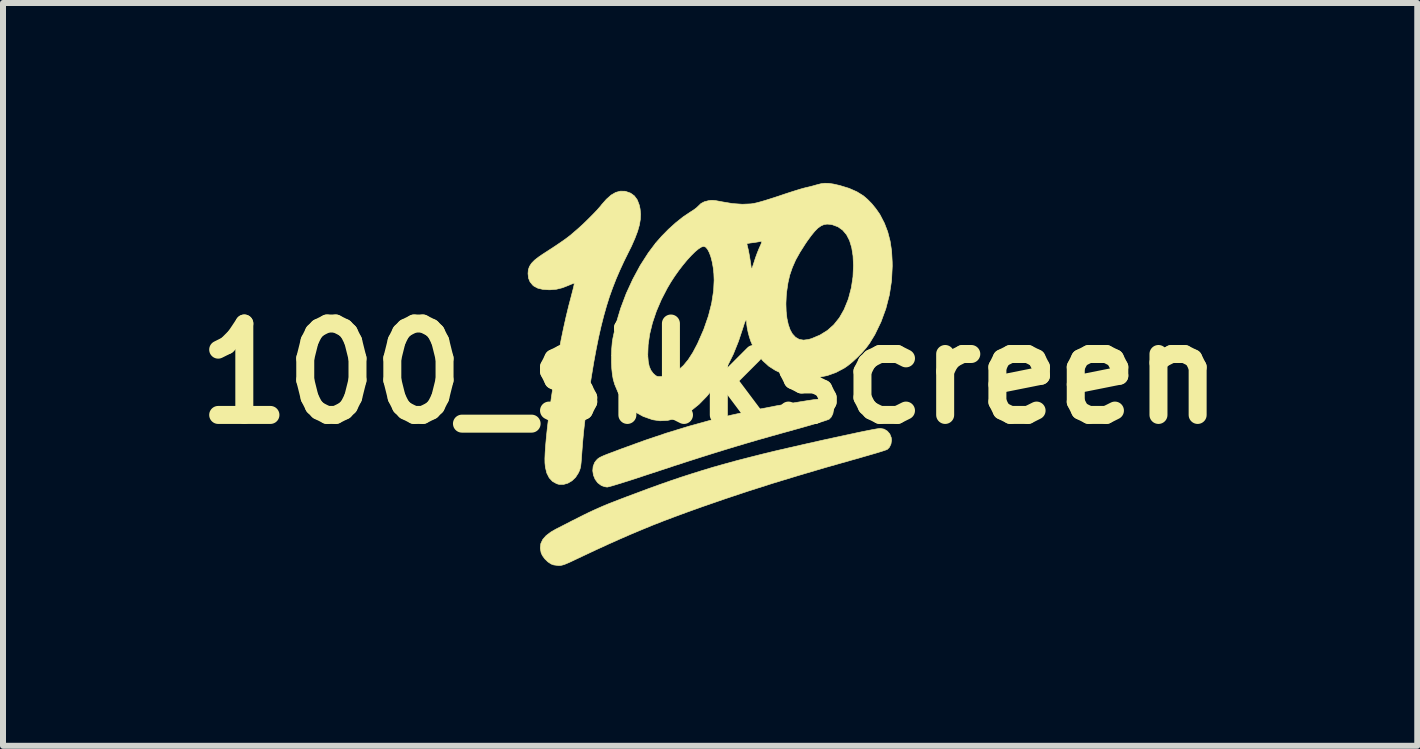
<source format=kicad_pcb>
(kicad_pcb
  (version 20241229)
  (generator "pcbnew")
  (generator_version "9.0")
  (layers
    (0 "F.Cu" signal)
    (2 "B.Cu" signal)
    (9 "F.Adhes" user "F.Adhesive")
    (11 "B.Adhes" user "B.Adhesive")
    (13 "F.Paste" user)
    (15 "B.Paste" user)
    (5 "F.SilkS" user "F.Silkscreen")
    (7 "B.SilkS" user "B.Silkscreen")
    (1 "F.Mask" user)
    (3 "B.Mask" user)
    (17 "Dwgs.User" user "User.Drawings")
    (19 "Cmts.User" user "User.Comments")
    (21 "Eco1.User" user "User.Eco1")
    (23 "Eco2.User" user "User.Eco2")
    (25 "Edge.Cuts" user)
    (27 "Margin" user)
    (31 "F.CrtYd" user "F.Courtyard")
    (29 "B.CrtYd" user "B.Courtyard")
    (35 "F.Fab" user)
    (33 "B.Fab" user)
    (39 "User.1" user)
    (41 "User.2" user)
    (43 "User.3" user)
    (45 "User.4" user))
  (footprint "100_silkscreen"
    (layer "F.Cu")
    (at 8.788 3.178)
    (property "Reference" "100_silkscreen" (at 0 0 0) (layer "F.SilkS") (effects (font (size 1.524 1.524) (thickness 0.3))))
    (attr through_hole)
    (fp_poly (pts (xy 1.911 0.426) (xy 1.934 0.432) (xy 1.954 0.441) (xy 1.956 0.442) (xy 1.999 0.477) (xy 2.034 0.527) (xy 2.054 0.581) (xy 2.057 0.607) (xy 2.047 0.668) (xy 2.02 0.723) (xy 1.986 0.759) (xy 1.965 0.768) (xy 1.922 0.783) (xy 1.858 0.804) (xy 1.776 0.828) (xy 1.679 0.857) (xy 1.567 0.889) (xy 1.443 0.924) (xy 1.41 0.933) (xy 1.194 0.993) (xy 0.991 1.05) (xy 0.797 1.105) (xy 0.609 1.16) (xy 0.424 1.215) (xy 0.237 1.272) (xy 0.046 1.331) (xy -0.154 1.394) (xy -0.364 1.461) (xy -0.589 1.534) (xy -0.832 1.614) (xy -1.024 1.677) (xy -1.148 1.718) (xy -1.266 1.757) (xy -1.375 1.792) (xy -1.474 1.823) (xy -1.559 1.849) (xy -1.628 1.87) (xy -1.68 1.884) (xy -1.71 1.891) (xy -1.717 1.892) (xy -1.755 1.886) (xy -1.8 1.871) (xy -1.817 1.863) (xy -1.874 1.82) (xy -1.917 1.761) (xy -1.945 1.693) (xy -1.956 1.62) (xy -1.95 1.549) (xy -1.925 1.484) (xy -1.902 1.453) (xy -1.888 1.437) (xy -1.874 1.423) (xy -1.857 1.41) (xy -1.836 1.397) (xy -1.807 1.383) (xy -1.767 1.365) (xy -1.714 1.344) (xy -1.645 1.318) (xy -1.557 1.285) (xy -1.467 1.251) (xy -1.089 1.114) (xy -0.724 0.991) (xy -0.365 0.881) (xy -0.007 0.782) (xy 0.355 0.692) (xy 0.726 0.611) (xy 1.114 0.536) (xy 1.424 0.483) (xy 1.547 0.463) (xy 1.648 0.447) (xy 1.729 0.435) (xy 1.793 0.428) (xy 1.843 0.424) (xy 1.881 0.423) (xy 1.911 0.426)) (stroke (width 0.01) (type solid)) (fill yes) (layer "F.SilkS"))
    (fp_poly (pts (xy 2.901 0.926) (xy 2.955 0.959) (xy 2.996 1.007) (xy 3.02 1.068) (xy 3.025 1.11) (xy 3.015 1.175) (xy 2.989 1.229) (xy 2.953 1.265) (xy 2.934 1.272) (xy 2.894 1.286) (xy 2.834 1.305) (xy 2.758 1.328) (xy 2.668 1.354) (xy 2.567 1.383) (xy 2.458 1.415) (xy 2.378 1.437) (xy 1.912 1.569) (xy 1.469 1.7) (xy 1.045 1.829) (xy 0.64 1.958) (xy 0.249 2.088) (xy -0.13 2.219) (xy -0.381 2.309) (xy -0.582 2.383) (xy -0.773 2.455) (xy -0.957 2.527) (xy -1.137 2.601) (xy -1.318 2.677) (xy -1.504 2.758) (xy -1.699 2.845) (xy -1.906 2.94) (xy -2.129 3.045) (xy -2.254 3.104) (xy -2.33 3.14) (xy -2.387 3.165) (xy -2.431 3.183) (xy -2.466 3.193) (xy -2.495 3.199) (xy -2.523 3.2) (xy -2.527 3.2) (xy -2.607 3.19) (xy -2.651 3.174) (xy -2.705 3.138) (xy -2.756 3.088) (xy -2.796 3.033) (xy -2.817 2.987) (xy -2.831 2.908) (xy -2.822 2.834) (xy -2.79 2.766) (xy -2.734 2.702) (xy -2.654 2.641) (xy -2.572 2.594) (xy -2.429 2.521) (xy -2.305 2.457) (xy -2.197 2.403) (xy -2.102 2.355) (xy -2.016 2.313) (xy -1.936 2.276) (xy -1.858 2.241) (xy -1.78 2.207) (xy -1.698 2.173) (xy -1.608 2.138) (xy -1.508 2.099) (xy -1.393 2.055) (xy -1.261 2.006) (xy -1.21 1.987) (xy -1.021 1.916) (xy -0.838 1.85) (xy -0.658 1.787) (xy -0.481 1.727) (xy -0.304 1.67) (xy -0.125 1.614) (xy 0.057 1.559) (xy 0.246 1.506) (xy 0.442 1.452) (xy 0.648 1.399) (xy 0.865 1.344) (xy 1.096 1.288) (xy 1.343 1.231) (xy 1.607 1.171) (xy 1.891 1.107) (xy 2.196 1.041) (xy 2.456 0.985) (xy 2.547 0.966) (xy 2.632 0.949) (xy 2.708 0.934) (xy 2.771 0.923) (xy 2.816 0.916) (xy 2.838 0.914) (xy 2.901 0.926)) (stroke (width 0.01) (type solid)) (fill yes) (layer "F.SilkS"))
    (fp_poly (pts (xy -1.421 -3.04) (xy -1.404 -3.036) (xy -1.325 -3.008) (xy -1.262 -2.962) (xy -1.214 -2.896) (xy -1.181 -2.81) (xy -1.167 -2.745) (xy -1.159 -2.66) (xy -1.163 -2.571) (xy -1.179 -2.476) (xy -1.209 -2.371) (xy -1.253 -2.255) (xy -1.311 -2.123) (xy -1.362 -2.021) (xy -1.436 -1.871) (xy -1.504 -1.724) (xy -1.567 -1.578) (xy -1.624 -1.432) (xy -1.678 -1.282) (xy -1.727 -1.126) (xy -1.773 -0.963) (xy -1.817 -0.79) (xy -1.859 -0.605) (xy -1.899 -0.406) (xy -1.939 -0.19) (xy -1.978 0.045) (xy -2.018 0.302) (xy -2.056 0.559) (xy -2.072 0.669) (xy -2.085 0.767) (xy -2.096 0.858) (xy -2.106 0.947) (xy -2.115 1.039) (xy -2.124 1.14) (xy -2.133 1.254) (xy -2.143 1.388) (xy -2.145 1.42) (xy -2.151 1.49) (xy -2.157 1.542) (xy -2.166 1.583) (xy -2.178 1.618) (xy -2.196 1.657) (xy -2.196 1.657) (xy -2.243 1.73) (xy -2.303 1.787) (xy -2.371 1.827) (xy -2.444 1.848) (xy -2.518 1.847) (xy -2.557 1.836) (xy -2.627 1.797) (xy -2.682 1.738) (xy -2.722 1.659) (xy -2.746 1.561) (xy -2.753 1.49) (xy -2.754 1.416) (xy -2.75 1.32) (xy -2.742 1.203) (xy -2.73 1.067) (xy -2.714 0.915) (xy -2.694 0.749) (xy -2.67 0.571) (xy -2.644 0.383) (xy -2.614 0.187) (xy -2.609 0.152) (xy -2.567 -0.104) (xy -2.526 -0.34) (xy -2.485 -0.557) (xy -2.443 -0.759) (xy -2.4 -0.951) (xy -2.355 -1.136) (xy -2.322 -1.261) (xy -2.303 -1.335) (xy -2.286 -1.4) (xy -2.273 -1.453) (xy -2.266 -1.489) (xy -2.263 -1.505) (xy -2.264 -1.506) (xy -2.277 -1.504) (xy -2.307 -1.493) (xy -2.348 -1.476) (xy -2.354 -1.473) (xy -2.461 -1.431) (xy -2.562 -1.406) (xy -2.666 -1.397) (xy -2.686 -1.397) (xy -2.79 -1.404) (xy -2.873 -1.424) (xy -2.937 -1.458) (xy -2.958 -1.476) (xy -3.002 -1.53) (xy -3.027 -1.591) (xy -3.035 -1.665) (xy -3.035 -1.67) (xy -3.03 -1.731) (xy -3.011 -1.786) (xy -2.977 -1.839) (xy -2.925 -1.892) (xy -2.854 -1.947) (xy -2.791 -1.99) (xy -2.683 -2.06) (xy -2.594 -2.118) (xy -2.521 -2.167) (xy -2.46 -2.209) (xy -2.409 -2.245) (xy -2.365 -2.278) (xy -2.325 -2.309) (xy -2.301 -2.33) (xy -2.217 -2.402) (xy -2.129 -2.481) (xy -2.043 -2.564) (xy -1.961 -2.646) (xy -1.888 -2.722) (xy -1.829 -2.789) (xy -1.809 -2.815) (xy -1.728 -2.907) (xy -1.65 -2.976) (xy -1.574 -3.02) (xy -1.498 -3.041) (xy -1.421 -3.04)) (stroke (width 0.01) (type solid)) (fill yes) (layer "F.SilkS"))
    (fp_poly (pts (xy 1.979 -3.171) (xy 2.055 -3.16) (xy 2.148 -3.139) (xy 2.161 -3.136) (xy 2.315 -3.089) (xy 2.447 -3.031) (xy 2.555 -2.964) (xy 2.623 -2.906) (xy 2.694 -2.834) (xy 2.761 -2.752) (xy 2.819 -2.67) (xy 2.834 -2.646) (xy 2.906 -2.507) (xy 2.961 -2.363) (xy 3.001 -2.209) (xy 3.026 -2.043) (xy 3.036 -1.859) (xy 3.037 -1.791) (xy 3.025 -1.55) (xy 2.989 -1.313) (xy 2.93 -1.083) (xy 2.849 -0.862) (xy 2.747 -0.651) (xy 2.658 -0.505) (xy 2.603 -0.431) (xy 2.534 -0.351) (xy 2.455 -0.271) (xy 2.374 -0.196) (xy 2.295 -0.132) (xy 2.237 -0.092) (xy 2.097 -0.018) (xy 1.954 0.033) (xy 1.805 0.063) (xy 1.645 0.072) (xy 1.51 0.065) (xy 1.388 0.049) (xy 1.281 0.025) (xy 1.181 -0.01) (xy 1.087 -0.054) (xy 0.978 -0.124) (xy 0.878 -0.215) (xy 0.791 -0.324) (xy 0.719 -0.445) (xy 0.677 -0.543) (xy 0.654 -0.613) (xy 0.634 -0.688) (xy 0.619 -0.76) (xy 0.611 -0.82) (xy 0.61 -0.845) (xy 0.607 -0.88) (xy 0.6 -0.891) (xy 0.588 -0.878) (xy 0.572 -0.84) (xy 0.552 -0.777) (xy 0.546 -0.758) (xy 0.473 -0.538) (xy 0.388 -0.326) (xy 0.29 -0.127) (xy 0.183 0.059) (xy 0.068 0.228) (xy -0.055 0.379) (xy -0.183 0.51) (xy -0.316 0.618) (xy -0.338 0.633) (xy -0.459 0.703) (xy -0.584 0.752) (xy -0.711 0.781) (xy -0.835 0.787) (xy -0.953 0.77) (xy -0.964 0.767) (xy -1.111 0.716) (xy -1.242 0.645) (xy -1.356 0.556) (xy -1.452 0.448) (xy -1.53 0.323) (xy -1.59 0.181) (xy -1.615 0.095) (xy -1.629 0.016) (xy -1.639 -0.081) (xy -1.644 -0.19) (xy -1.644 -0.304) (xy -1.644 -0.31) (xy -1.039 -0.31) (xy -1.039 -0.3) (xy -1.031 -0.201) (xy -1.015 -0.121) (xy -0.988 -0.057) (xy -0.951 -0.006) (xy -0.93 0.014) (xy -0.905 0.035) (xy -0.883 0.046) (xy -0.856 0.05) (xy -0.815 0.049) (xy -0.795 0.048) (xy -0.726 0.039) (xy -0.664 0.02) (xy -0.623 0.001) (xy -0.532 -0.057) (xy -0.446 -0.133) (xy -0.365 -0.231) (xy -0.287 -0.352) (xy -0.211 -0.496) (xy -0.209 -0.5) (xy -0.106 -0.735) (xy -0.028 -0.96) (xy 0.025 -1.167) (xy 1.264 -1.167) (xy 1.268 -1.04) (xy 1.281 -0.921) (xy 1.304 -0.815) (xy 1.336 -0.726) (xy 1.372 -0.662) (xy 1.425 -0.605) (xy 1.486 -0.57) (xy 1.557 -0.558) (xy 1.639 -0.568) (xy 1.694 -0.584) (xy 1.833 -0.643) (xy 1.957 -0.72) (xy 2.064 -0.816) (xy 2.156 -0.931) (xy 2.233 -1.066) (xy 2.297 -1.222) (xy 2.309 -1.257) (xy 2.355 -1.433) (xy 2.382 -1.612) (xy 2.39 -1.801) (xy 2.39 -1.803) (xy 2.383 -1.962) (xy 2.361 -2.1) (xy 2.325 -2.218) (xy 2.275 -2.315) (xy 2.21 -2.392) (xy 2.132 -2.447) (xy 2.04 -2.481) (xy 2.005 -2.488) (xy 1.95 -2.492) (xy 1.898 -2.484) (xy 1.848 -2.462) (xy 1.796 -2.425) (xy 1.742 -2.37) (xy 1.682 -2.296) (xy 1.614 -2.202) (xy 1.587 -2.162) (xy 1.498 -2.022) (xy 1.426 -1.893) (xy 1.371 -1.768) (xy 1.328 -1.643) (xy 1.298 -1.512) (xy 1.277 -1.368) (xy 1.27 -1.3) (xy 1.264 -1.167) (xy 0.025 -1.167) (xy 0.027 -1.177) (xy 0.059 -1.385) (xy 0.067 -1.556) (xy 0.063 -1.663) (xy 0.052 -1.766) (xy 0.035 -1.861) (xy 0.013 -1.946) (xy -0.013 -2.017) (xy -0.042 -2.072) (xy -0.073 -2.108) (xy -0.106 -2.121) (xy -0.108 -2.121) (xy -0.144 -2.11) (xy -0.192 -2.08) (xy -0.249 -2.033) (xy -0.312 -1.971) (xy -0.38 -1.897) (xy -0.45 -1.813) (xy -0.521 -1.721) (xy -0.59 -1.624) (xy -0.655 -1.524) (xy -0.713 -1.426) (xy -0.813 -1.233) (xy -0.896 -1.039) (xy -0.961 -0.846) (xy -1.007 -0.659) (xy -1.033 -0.479) (xy -1.039 -0.31) (xy -1.644 -0.31) (xy -1.64 -0.417) (xy -1.631 -0.522) (xy -1.62 -0.591) (xy -1.566 -0.838) (xy -1.491 -1.088) (xy -1.398 -1.335) (xy -1.288 -1.574) (xy -1.165 -1.802) (xy -1.029 -2.014) (xy -0.914 -2.167) (xy 0.614 -2.167) (xy 0.615 -2.154) (xy 0.622 -2.124) (xy 0.629 -2.095) (xy 0.638 -2.058) (xy 0.648 -2.005) (xy 0.659 -1.944) (xy 0.669 -1.881) (xy 0.678 -1.824) (xy 0.684 -1.779) (xy 0.686 -1.756) (xy 0.688 -1.742) (xy 0.694 -1.746) (xy 0.704 -1.77) (xy 0.72 -1.816) (xy 0.737 -1.87) (xy 0.759 -1.937) (xy 0.785 -2.008) (xy 0.81 -2.07) (xy 0.82 -2.094) (xy 0.845 -2.148) (xy 0.858 -2.183) (xy 0.862 -2.202) (xy 0.855 -2.207) (xy 0.842 -2.204) (xy 0.819 -2.199) (xy 0.779 -2.192) (xy 0.729 -2.184) (xy 0.718 -2.183) (xy 0.671 -2.177) (xy 0.634 -2.171) (xy 0.615 -2.168) (xy 0.614 -2.167) (xy -0.914 -2.167) (xy -0.914 -2.168) (xy -0.809 -2.288) (xy -0.693 -2.406) (xy -0.571 -2.516) (xy -0.449 -2.613) (xy -0.331 -2.692) (xy -0.312 -2.704) (xy -0.266 -2.734) (xy -0.224 -2.766) (xy -0.197 -2.792) (xy -0.152 -2.835) (xy -0.097 -2.864) (xy -0.025 -2.883) (xy -0.022 -2.883) (xy 0.012 -2.888) (xy 0.048 -2.888) (xy 0.091 -2.884) (xy 0.149 -2.873) (xy 0.197 -2.864) (xy 0.375 -2.834) (xy 0.537 -2.823) (xy 0.682 -2.829) (xy 0.731 -2.837) (xy 0.777 -2.847) (xy 0.841 -2.864) (xy 0.92 -2.887) (xy 1.009 -2.915) (xy 1.102 -2.945) (xy 1.157 -2.963) (xy 1.248 -2.994) (xy 1.34 -3.024) (xy 1.425 -3.051) (xy 1.5 -3.074) (xy 1.56 -3.091) (xy 1.587 -3.098) (xy 1.652 -3.113) (xy 1.718 -3.13) (xy 1.774 -3.146) (xy 1.789 -3.15) (xy 1.852 -3.166) (xy 1.913 -3.173) (xy 1.979 -3.171)) (stroke (width 0.01) (type solid)) (fill yes) (layer "F.SilkS")))
  (gr_rect
    (start -3 -3)
    (end 20.577 9.383)
    (stroke (width 0.1) (type default))
    (fill no)
    (layer "Edge.Cuts")))
</source>
